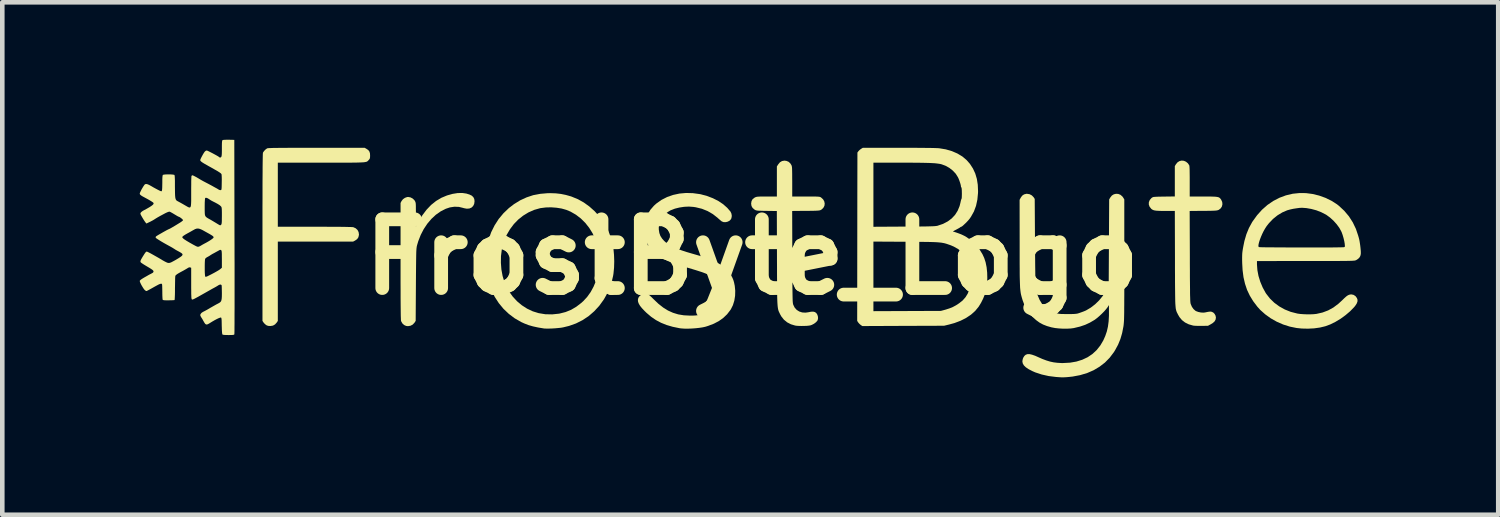
<source format=kicad_pcb>
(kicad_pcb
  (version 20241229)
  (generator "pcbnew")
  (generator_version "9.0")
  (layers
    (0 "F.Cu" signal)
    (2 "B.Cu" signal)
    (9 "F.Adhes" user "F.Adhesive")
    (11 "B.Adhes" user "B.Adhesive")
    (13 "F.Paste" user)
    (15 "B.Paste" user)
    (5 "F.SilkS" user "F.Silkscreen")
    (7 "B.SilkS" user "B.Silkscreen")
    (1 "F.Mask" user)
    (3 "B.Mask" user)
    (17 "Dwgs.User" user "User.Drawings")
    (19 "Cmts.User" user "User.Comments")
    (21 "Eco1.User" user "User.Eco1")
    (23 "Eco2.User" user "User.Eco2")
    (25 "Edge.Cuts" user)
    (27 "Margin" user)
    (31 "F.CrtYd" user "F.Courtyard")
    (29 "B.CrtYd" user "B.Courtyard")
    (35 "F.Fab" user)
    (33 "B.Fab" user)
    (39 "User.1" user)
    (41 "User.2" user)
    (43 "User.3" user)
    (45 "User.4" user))
  (footprint "FrostByte_Logo"
    (layer "F.Cu")
    (at 13.365 2.559)
    (property "Reference" "FrostByte_Logo" (at 0 0 0) (layer "F.SilkS") (effects (font (size 1.5 1.5) (thickness 0.3))))
    (attr board_only exclude_from_pos_files exclude_from_bom)
    (fp_poly (pts (xy -6.236 -1.384) (xy -6.168 -1.363) (xy -6.117 -1.338) (xy -6.083 -1.305) (xy -6.063 -1.265) (xy -6.057 -1.216) (xy -6.065 -1.158) (xy -6.088 -1.112) (xy -6.123 -1.078) (xy -6.17 -1.058) (xy -6.226 -1.054) (xy -6.289 -1.065) (xy -6.303 -1.07) (xy -6.398 -1.093) (xy -6.496 -1.097) (xy -6.595 -1.082) (xy -6.685 -1.052) (xy -6.797 -0.995) (xy -6.902 -0.921) (xy -6.999 -0.831) (xy -7.088 -0.726) (xy -7.166 -0.609) (xy -7.232 -0.481) (xy -7.286 -0.343) (xy -7.31 -0.262) (xy -7.314 -0.247) (xy -7.318 -0.232) (xy -7.32 -0.215) (xy -7.323 -0.196) (xy -7.325 -0.173) (xy -7.327 -0.144) (xy -7.329 -0.108) (xy -7.33 -0.063) (xy -7.331 -0.009) (xy -7.332 0.056) (xy -7.333 0.135) (xy -7.334 0.227) (xy -7.335 0.334) (xy -7.336 0.459) (xy -7.337 0.602) (xy -7.337 0.606) (xy -7.342 1.395) (xy -7.368 1.435) (xy -7.407 1.476) (xy -7.455 1.501) (xy -7.511 1.51) (xy -7.551 1.505) (xy -7.593 1.486) (xy -7.63 1.453) (xy -7.656 1.409) (xy -7.662 1.391) (xy -7.664 1.376) (xy -7.665 1.341) (xy -7.667 1.288) (xy -7.668 1.217) (xy -7.669 1.126) (xy -7.67 1.016) (xy -7.671 0.888) (xy -7.671 0.74) (xy -7.672 0.573) (xy -7.672 0.386) (xy -7.672 0.18) (xy -7.672 0.088) (xy -7.672 -1.179) (xy -7.65 -1.222) (xy -7.619 -1.261) (xy -7.576 -1.291) (xy -7.528 -1.308) (xy -7.506 -1.31) (xy -7.456 -1.301) (xy -7.408 -1.276) (xy -7.37 -1.24) (xy -7.362 -1.227) (xy -7.354 -1.214) (xy -7.349 -1.201) (xy -7.344 -1.187) (xy -7.341 -1.168) (xy -7.339 -1.142) (xy -7.338 -1.105) (xy -7.338 -1.057) (xy -7.337 -0.994) (xy -7.337 -0.925) (xy -7.337 -0.665) (xy -7.281 -0.77) (xy -7.197 -0.909) (xy -7.105 -1.031) (xy -7.005 -1.136) (xy -6.896 -1.223) (xy -6.78 -1.292) (xy -6.658 -1.343) (xy -6.537 -1.377) (xy -6.426 -1.395) (xy -6.324 -1.397)) (stroke (width 0) (type solid)) (fill yes) (layer "F.SilkS"))
    (fp_poly (pts (xy -9.507 -2.383) (xy -8.455 -2.383) (xy -8.417 -2.361) (xy -8.377 -2.334) (xy -8.353 -2.303) (xy -8.34 -2.264) (xy -8.337 -2.216) (xy -8.338 -2.179) (xy -8.342 -2.154) (xy -8.35 -2.136) (xy -8.366 -2.118) (xy -8.367 -2.117) (xy -8.375 -2.108) (xy -8.383 -2.099) (xy -8.391 -2.092) (xy -8.4 -2.085) (xy -8.412 -2.079) (xy -8.428 -2.075) (xy -8.448 -2.071) (xy -8.475 -2.067) (xy -8.509 -2.065) (xy -8.551 -2.063) (xy -8.603 -2.061) (xy -8.666 -2.06) (xy -8.741 -2.059) (xy -8.83 -2.059) (xy -8.932 -2.058) (xy -9.051 -2.058) (xy -9.186 -2.058) (xy -9.34 -2.058) (xy -9.4 -2.058) (xy -10.351 -2.058) (xy -10.351 -1.359) (xy -10.351 -0.66) (xy -9.546 -0.66) (xy -9.378 -0.66) (xy -9.229 -0.659) (xy -9.099 -0.659) (xy -8.988 -0.658) (xy -8.895 -0.657) (xy -8.821 -0.655) (xy -8.764 -0.654) (xy -8.725 -0.652) (xy -8.704 -0.65) (xy -8.701 -0.649) (xy -8.651 -0.626) (xy -8.612 -0.59) (xy -8.588 -0.544) (xy -8.58 -0.491) (xy -8.581 -0.48) (xy -8.592 -0.431) (xy -8.617 -0.393) (xy -8.659 -0.362) (xy -8.667 -0.357) (xy -8.709 -0.335) (xy -9.53 -0.335) (xy -10.351 -0.335) (xy -10.351 0.53) (xy -10.351 1.396) (xy -10.373 1.429) (xy -10.412 1.472) (xy -10.457 1.498) (xy -10.512 1.507) (xy -10.518 1.507) (xy -10.561 1.504) (xy -10.593 1.493) (xy -10.608 1.484) (xy -10.637 1.46) (xy -10.662 1.431) (xy -10.664 1.429) (xy -10.686 1.396) (xy -10.686 -0.431) (xy -10.686 -0.672) (xy -10.686 -0.894) (xy -10.686 -1.098) (xy -10.685 -1.283) (xy -10.685 -1.451) (xy -10.685 -1.601) (xy -10.684 -1.735) (xy -10.683 -1.853) (xy -10.683 -1.956) (xy -10.682 -2.043) (xy -10.681 -2.116) (xy -10.68 -2.174) (xy -10.679 -2.219) (xy -10.678 -2.251) (xy -10.676 -2.271) (xy -10.675 -2.278) (xy -10.652 -2.312) (xy -10.62 -2.345) (xy -10.587 -2.369) (xy -10.585 -2.37) (xy -10.579 -2.372) (xy -10.567 -2.374) (xy -10.549 -2.376) (xy -10.524 -2.377) (xy -10.49 -2.378) (xy -10.447 -2.38) (xy -10.394 -2.38) (xy -10.329 -2.381) (xy -10.252 -2.382) (xy -10.161 -2.382) (xy -10.056 -2.383) (xy -9.935 -2.383) (xy -9.797 -2.383) (xy -9.641 -2.383)) (stroke (width 0) (type solid)) (fill yes) (layer "F.SilkS"))
    (fp_poly (pts (xy 9.426 -2.099) (xy 9.472 -2.079) (xy 9.513 -2.045) (xy 9.542 -2.002) (xy 9.546 -1.986) (xy 9.549 -1.952) (xy 9.551 -1.9) (xy 9.552 -1.83) (xy 9.553 -1.74) (xy 9.553 -1.65) (xy 9.553 -1.32) (xy 9.849 -1.32) (xy 9.941 -1.32) (xy 10.015 -1.319) (xy 10.074 -1.317) (xy 10.119 -1.315) (xy 10.154 -1.31) (xy 10.18 -1.304) (xy 10.199 -1.295) (xy 10.214 -1.283) (xy 10.227 -1.268) (xy 10.239 -1.251) (xy 10.262 -1.201) (xy 10.267 -1.151) (xy 10.256 -1.103) (xy 10.229 -1.061) (xy 10.189 -1.03) (xy 10.176 -1.024) (xy 10.163 -1.02) (xy 10.146 -1.016) (xy 10.124 -1.013) (xy 10.093 -1.011) (xy 10.052 -1.009) (xy 9.998 -1.008) (xy 9.929 -1.007) (xy 9.851 -1.007) (xy 9.552 -1.004) (xy 9.556 -0.012) (xy 9.556 0.151) (xy 9.557 0.296) (xy 9.557 0.423) (xy 9.558 0.534) (xy 9.559 0.629) (xy 9.56 0.712) (xy 9.56 0.781) (xy 9.561 0.839) (xy 9.563 0.887) (xy 9.564 0.926) (xy 9.565 0.956) (xy 9.567 0.98) (xy 9.569 0.999) (xy 9.571 1.013) (xy 9.574 1.024) (xy 9.576 1.03) (xy 9.601 1.088) (xy 9.636 1.137) (xy 9.675 1.172) (xy 9.689 1.181) (xy 9.74 1.2) (xy 9.798 1.212) (xy 9.854 1.215) (xy 9.888 1.211) (xy 9.936 1.201) (xy 9.97 1.195) (xy 9.994 1.193) (xy 10.013 1.193) (xy 10.031 1.196) (xy 10.066 1.212) (xy 10.096 1.242) (xy 10.117 1.281) (xy 10.125 1.324) (xy 10.125 1.325) (xy 10.117 1.369) (xy 10.095 1.407) (xy 10.055 1.443) (xy 10.016 1.467) (xy 9.952 1.502) (xy 9.809 1.504) (xy 9.755 1.504) (xy 9.704 1.503) (xy 9.661 1.501) (xy 9.632 1.498) (xy 9.627 1.497) (xy 9.532 1.47) (xy 9.451 1.43) (xy 9.384 1.378) (xy 9.329 1.312) (xy 9.296 1.255) (xy 9.287 1.236) (xy 9.278 1.219) (xy 9.27 1.203) (xy 9.264 1.186) (xy 9.258 1.168) (xy 9.253 1.148) (xy 9.248 1.124) (xy 9.245 1.094) (xy 9.242 1.059) (xy 9.239 1.016) (xy 9.237 0.965) (xy 9.236 0.904) (xy 9.235 0.831) (xy 9.234 0.747) (xy 9.233 0.65) (xy 9.232 0.537) (xy 9.232 0.41) (xy 9.231 0.265) (xy 9.231 0.102) (xy 9.231 0.042) (xy 9.228 -1.005) (xy 9.024 -1.005) (xy 8.942 -1.005) (xy 8.878 -1.007) (xy 8.828 -1.01) (xy 8.789 -1.015) (xy 8.76 -1.023) (xy 8.737 -1.034) (xy 8.718 -1.047) (xy 8.713 -1.052) (xy 8.677 -1.097) (xy 8.66 -1.145) (xy 8.661 -1.194) (xy 8.68 -1.242) (xy 8.717 -1.285) (xy 8.73 -1.295) (xy 8.74 -1.301) (xy 8.751 -1.306) (xy 8.767 -1.31) (xy 8.79 -1.312) (xy 8.823 -1.314) (xy 8.868 -1.316) (xy 8.927 -1.317) (xy 8.993 -1.318) (xy 9.228 -1.321) (xy 9.228 -1.652) (xy 9.228 -1.983) (xy 9.253 -2.025) (xy 9.288 -2.067) (xy 9.33 -2.093) (xy 9.377 -2.104)) (stroke (width 0) (type solid)) (fill yes) (layer "F.SilkS"))
    (fp_poly (pts (xy -4.284 -1.389) (xy -4.172 -1.376) (xy -4.064 -1.354) (xy -3.951 -1.322) (xy -3.935 -1.316) (xy -3.801 -1.261) (xy -3.672 -1.189) (xy -3.549 -1.1) (xy -3.435 -0.998) (xy -3.331 -0.884) (xy -3.24 -0.76) (xy -3.164 -0.627) (xy -3.155 -0.609) (xy -3.136 -0.567) (xy -3.115 -0.514) (xy -3.094 -0.456) (xy -3.074 -0.398) (xy -3.058 -0.347) (xy -3.049 -0.312) (xy -3.026 -0.186) (xy -3.013 -0.048) (xy -3.008 0.094) (xy -3.012 0.234) (xy -3.025 0.366) (xy -3.033 0.413) (xy -3.056 0.512) (xy -3.09 0.618) (xy -3.132 0.726) (xy -3.179 0.828) (xy -3.23 0.919) (xy -3.237 0.93) (xy -3.335 1.066) (xy -3.446 1.186) (xy -3.567 1.291) (xy -3.7 1.379) (xy -3.843 1.451) (xy -3.995 1.505) (xy -4.126 1.537) (xy -4.174 1.545) (xy -4.233 1.551) (xy -4.298 1.557) (xy -4.366 1.561) (xy -4.431 1.563) (xy -4.487 1.563) (xy -4.531 1.562) (xy -4.545 1.56) (xy -4.671 1.539) (xy -4.781 1.515) (xy -4.879 1.487) (xy -4.969 1.452) (xy -5.037 1.421) (xy -5.18 1.339) (xy -5.309 1.242) (xy -5.426 1.131) (xy -5.528 1.007) (xy -5.617 0.87) (xy -5.69 0.721) (xy -5.749 0.561) (xy -5.791 0.39) (xy -5.793 0.384) (xy -5.804 0.304) (xy -5.812 0.21) (xy -5.814 0.128) (xy -5.482 0.128) (xy -5.471 0.273) (xy -5.445 0.414) (xy -5.405 0.547) (xy -5.375 0.621) (xy -5.307 0.748) (xy -5.225 0.863) (xy -5.13 0.966) (xy -5.025 1.054) (xy -4.91 1.128) (xy -4.787 1.186) (xy -4.658 1.226) (xy -4.524 1.248) (xy -4.511 1.25) (xy -4.362 1.253) (xy -4.217 1.238) (xy -4.196 1.234) (xy -4.07 1.202) (xy -3.951 1.154) (xy -3.837 1.087) (xy -3.726 1.002) (xy -3.683 0.963) (xy -3.599 0.872) (xy -3.523 0.766) (xy -3.459 0.648) (xy -3.407 0.522) (xy -3.37 0.391) (xy -3.367 0.379) (xy -3.349 0.266) (xy -3.341 0.142) (xy -3.343 0.013) (xy -3.353 -0.113) (xy -3.373 -0.23) (xy -3.379 -0.255) (xy -3.422 -0.389) (xy -3.481 -0.517) (xy -3.554 -0.635) (xy -3.64 -0.744) (xy -3.737 -0.84) (xy -3.844 -0.922) (xy -3.96 -0.989) (xy -4.053 -1.028) (xy -4.155 -1.057) (xy -4.268 -1.075) (xy -4.386 -1.084) (xy -4.502 -1.081) (xy -4.611 -1.067) (xy -4.624 -1.065) (xy -4.755 -1.028) (xy -4.88 -0.973) (xy -4.996 -0.902) (xy -5.103 -0.817) (xy -5.199 -0.718) (xy -5.283 -0.606) (xy -5.354 -0.485) (xy -5.411 -0.353) (xy -5.451 -0.214) (xy -5.462 -0.163) (xy -5.48 -0.019) (xy -5.482 0.128) (xy -5.814 0.128) (xy -5.814 0.109) (xy -5.813 0.006) (xy -5.807 -0.093) (xy -5.797 -0.181) (xy -5.792 -0.209) (xy -5.751 -0.38) (xy -5.694 -0.54) (xy -5.62 -0.689) (xy -5.531 -0.828) (xy -5.426 -0.954) (xy -5.307 -1.068) (xy -5.195 -1.154) (xy -5.06 -1.237) (xy -4.921 -1.301) (xy -4.777 -1.349) (xy -4.624 -1.378) (xy -4.463 -1.392) (xy -4.407 -1.393)) (stroke (width 0) (type solid)) (fill yes) (layer "F.SilkS"))
    (fp_poly (pts (xy 0.751 -2.097) (xy 0.799 -2.077) (xy 0.836 -2.042) (xy 0.858 -2.007) (xy 0.863 -1.996) (xy 0.867 -1.983) (xy 0.87 -1.966) (xy 0.873 -1.943) (xy 0.874 -1.911) (xy 0.875 -1.869) (xy 0.876 -1.814) (xy 0.876 -1.744) (xy 0.877 -1.656) (xy 0.877 -1.645) (xy 0.877 -1.32) (xy 1.175 -1.32) (xy 1.26 -1.32) (xy 1.327 -1.319) (xy 1.379 -1.319) (xy 1.419 -1.318) (xy 1.447 -1.316) (xy 1.468 -1.314) (xy 1.483 -1.31) (xy 1.494 -1.306) (xy 1.504 -1.3) (xy 1.508 -1.297) (xy 1.55 -1.259) (xy 1.576 -1.214) (xy 1.586 -1.166) (xy 1.58 -1.118) (xy 1.557 -1.074) (xy 1.519 -1.037) (xy 1.507 -1.03) (xy 1.496 -1.024) (xy 1.484 -1.019) (xy 1.468 -1.016) (xy 1.446 -1.013) (xy 1.416 -1.011) (xy 1.375 -1.009) (xy 1.321 -1.008) (xy 1.251 -1.007) (xy 1.174 -1.007) (xy 0.876 -1.004) (xy 0.879 -0.007) (xy 0.879 0.156) (xy 0.88 0.3) (xy 0.88 0.427) (xy 0.881 0.538) (xy 0.881 0.633) (xy 0.882 0.715) (xy 0.883 0.785) (xy 0.884 0.843) (xy 0.885 0.891) (xy 0.886 0.93) (xy 0.887 0.961) (xy 0.889 0.985) (xy 0.891 1.004) (xy 0.893 1.019) (xy 0.896 1.031) (xy 0.899 1.04) (xy 0.899 1.042) (xy 0.93 1.105) (xy 0.975 1.155) (xy 1.03 1.19) (xy 1.095 1.211) (xy 1.167 1.215) (xy 1.226 1.207) (xy 1.288 1.195) (xy 1.335 1.193) (xy 1.371 1.202) (xy 1.399 1.221) (xy 1.42 1.249) (xy 1.436 1.29) (xy 1.441 1.335) (xy 1.433 1.376) (xy 1.424 1.393) (xy 1.395 1.425) (xy 1.353 1.457) (xy 1.305 1.482) (xy 1.277 1.492) (xy 1.245 1.498) (xy 1.198 1.503) (xy 1.143 1.505) (xy 1.084 1.506) (xy 1.027 1.505) (xy 0.977 1.502) (xy 0.941 1.497) (xy 0.848 1.469) (xy 0.765 1.426) (xy 0.695 1.368) (xy 0.638 1.296) (xy 0.612 1.249) (xy 0.602 1.228) (xy 0.593 1.209) (xy 0.585 1.192) (xy 0.578 1.174) (xy 0.572 1.154) (xy 0.567 1.132) (xy 0.563 1.106) (xy 0.559 1.075) (xy 0.556 1.037) (xy 0.553 0.992) (xy 0.551 0.938) (xy 0.549 0.875) (xy 0.548 0.8) (xy 0.547 0.712) (xy 0.546 0.612) (xy 0.546 0.496) (xy 0.545 0.365) (xy 0.545 0.216) (xy 0.544 0.049) (xy 0.544 0.028) (xy 0.541 -1.003) (xy 0.317 -1.006) (xy 0.245 -1.007) (xy 0.19 -1.009) (xy 0.148 -1.01) (xy 0.118 -1.012) (xy 0.097 -1.016) (xy 0.081 -1.02) (xy 0.068 -1.026) (xy 0.056 -1.033) (xy 0.013 -1.069) (xy -0.012 -1.112) (xy -0.02 -1.166) (xy -0.02 -1.166) (xy -0.011 -1.22) (xy 0.013 -1.263) (xy 0.055 -1.295) (xy 0.063 -1.299) (xy 0.078 -1.306) (xy 0.094 -1.311) (xy 0.114 -1.315) (xy 0.141 -1.317) (xy 0.178 -1.319) (xy 0.227 -1.319) (xy 0.292 -1.32) (xy 0.323 -1.32) (xy 0.542 -1.32) (xy 0.542 -1.648) (xy 0.542 -1.976) (xy 0.571 -2.021) (xy 0.609 -2.067) (xy 0.655 -2.094) (xy 0.707 -2.103)) (stroke (width 0) (type solid)) (fill yes) (layer "F.SilkS"))
    (fp_poly (pts (xy -1.291 -1.393) (xy -1.138 -1.372) (xy -1.118 -1.368) (xy -0.982 -1.331) (xy -0.854 -1.282) (xy -0.736 -1.222) (xy -0.631 -1.152) (xy -0.541 -1.072) (xy -0.471 -0.991) (xy -0.45 -0.946) (xy -0.442 -0.896) (xy -0.45 -0.848) (xy -0.46 -0.825) (xy -0.489 -0.793) (xy -0.53 -0.771) (xy -0.575 -0.76) (xy -0.621 -0.761) (xy -0.66 -0.776) (xy -0.666 -0.78) (xy -0.687 -0.797) (xy -0.717 -0.823) (xy -0.749 -0.851) (xy -0.751 -0.854) (xy -0.856 -0.936) (xy -0.97 -1.002) (xy -1.094 -1.052) (xy -1.229 -1.085) (xy -1.283 -1.093) (xy -1.379 -1.1) (xy -1.482 -1.095) (xy -1.586 -1.079) (xy -1.684 -1.055) (xy -1.771 -1.021) (xy -1.779 -1.018) (xy -1.839 -0.982) (xy -1.897 -0.936) (xy -1.948 -0.884) (xy -1.983 -0.835) (xy -2.008 -0.779) (xy -2.026 -0.713) (xy -2.036 -0.645) (xy -2.035 -0.595) (xy -2.023 -0.522) (xy -2.001 -0.46) (xy -1.964 -0.402) (xy -1.917 -0.349) (xy -1.874 -0.311) (xy -1.825 -0.275) (xy -1.769 -0.241) (xy -1.702 -0.208) (xy -1.625 -0.176) (xy -1.534 -0.143) (xy -1.427 -0.108) (xy -1.304 -0.072) (xy -1.259 -0.059) (xy -1.141 -0.025) (xy -1.039 0.007) (xy -0.951 0.037) (xy -0.875 0.068) (xy -0.807 0.099) (xy -0.745 0.132) (xy -0.686 0.168) (xy -0.667 0.18) (xy -0.59 0.239) (xy -0.528 0.299) (xy -0.477 0.367) (xy -0.456 0.402) (xy -0.428 0.455) (xy -0.408 0.504) (xy -0.393 0.555) (xy -0.38 0.618) (xy -0.378 0.625) (xy -0.367 0.737) (xy -0.37 0.847) (xy -0.387 0.954) (xy -0.418 1.053) (xy -0.462 1.141) (xy -0.474 1.159) (xy -0.545 1.251) (xy -0.628 1.33) (xy -0.723 1.398) (xy -0.833 1.456) (xy -0.958 1.504) (xy -1.019 1.523) (xy -1.079 1.536) (xy -1.152 1.547) (xy -1.234 1.556) (xy -1.32 1.562) (xy -1.404 1.565) (xy -1.483 1.564) (xy -1.55 1.559) (xy -1.581 1.555) (xy -1.731 1.524) (xy -1.865 1.485) (xy -1.987 1.436) (xy -2.098 1.377) (xy -2.203 1.305) (xy -2.303 1.22) (xy -2.347 1.177) (xy -2.403 1.118) (xy -2.444 1.067) (xy -2.471 1.022) (xy -2.487 0.981) (xy -2.492 0.94) (xy -2.492 0.939) (xy -2.483 0.895) (xy -2.458 0.857) (xy -2.422 0.827) (xy -2.378 0.807) (xy -2.33 0.799) (xy -2.282 0.807) (xy -2.278 0.808) (xy -2.261 0.819) (xy -2.234 0.841) (xy -2.201 0.871) (xy -2.163 0.908) (xy -2.152 0.919) (xy -2.046 1.02) (xy -1.941 1.103) (xy -1.835 1.169) (xy -1.726 1.218) (xy -1.612 1.253) (xy -1.49 1.273) (xy -1.357 1.28) (xy -1.344 1.28) (xy -1.279 1.279) (xy -1.226 1.276) (xy -1.178 1.269) (xy -1.129 1.259) (xy -1.123 1.257) (xy -1.022 1.225) (xy -0.929 1.183) (xy -0.85 1.132) (xy -0.817 1.105) (xy -0.758 1.043) (xy -0.716 0.977) (xy -0.691 0.905) (xy -0.68 0.822) (xy -0.68 0.793) (xy -0.687 0.705) (xy -0.708 0.628) (xy -0.746 0.558) (xy -0.8 0.496) (xy -0.872 0.437) (xy -0.899 0.42) (xy -0.924 0.404) (xy -0.95 0.39) (xy -0.978 0.376) (xy -1.01 0.362) (xy -1.049 0.347) (xy -1.095 0.33) (xy -1.152 0.312) (xy -1.22 0.29) (xy -1.302 0.265) (xy -1.4 0.236) (xy -1.482 0.212) (xy -1.616 0.17) (xy -1.732 0.13) (xy -1.833 0.09) (xy -1.92 0.048) (xy -1.997 0.004) (xy -2.064 -0.042) (xy -2.125 -0.093) (xy -2.135 -0.103) (xy -2.209 -0.182) (xy -2.269 -0.267) (xy -2.313 -0.352) (xy -2.325 -0.384) (xy -2.334 -0.416) (xy -2.341 -0.444) (xy -2.345 -0.475) (xy -2.347 -0.512) (xy -2.348 -0.561) (xy -2.348 -0.606) (xy -2.348 -0.666) (xy -2.346 -0.711) (xy -2.343 -0.746) (xy -2.338 -0.776) (xy -2.33 -0.807) (xy -2.321 -0.832) (xy -2.278 -0.935) (xy -2.217 -1.032) (xy -2.141 -1.119) (xy -2.089 -1.166) (xy -1.978 -1.245) (xy -1.855 -1.308) (xy -1.724 -1.354) (xy -1.585 -1.384) (xy -1.44 -1.397)) (stroke (width 0) (type solid)) (fill yes) (layer "F.SilkS"))
    (fp_poly (pts (xy 3.362 -2.383) (xy 3.507 -2.383) (xy 3.637 -2.382) (xy 3.754 -2.381) (xy 3.854 -2.38) (xy 3.938 -2.379) (xy 4.005 -2.377) (xy 4.054 -2.375) (xy 4.084 -2.373) (xy 4.084 -2.373) (xy 4.229 -2.349) (xy 4.363 -2.31) (xy 4.483 -2.258) (xy 4.591 -2.193) (xy 4.684 -2.114) (xy 4.756 -2.032) (xy 4.822 -1.93) (xy 4.872 -1.822) (xy 4.907 -1.704) (xy 4.927 -1.576) (xy 4.933 -1.436) (xy 4.932 -1.397) (xy 4.918 -1.251) (xy 4.889 -1.117) (xy 4.843 -0.993) (xy 4.78 -0.88) (xy 4.75 -0.836) (xy 4.727 -0.808) (xy 4.698 -0.776) (xy 4.665 -0.742) (xy 4.632 -0.711) (xy 4.603 -0.684) (xy 4.58 -0.666) (xy 4.567 -0.66) (xy 4.552 -0.654) (xy 4.541 -0.646) (xy 4.526 -0.635) (xy 4.497 -0.619) (xy 4.462 -0.6) (xy 4.447 -0.592) (xy 4.413 -0.574) (xy 4.392 -0.56) (xy 4.386 -0.553) (xy 4.389 -0.552) (xy 4.413 -0.548) (xy 4.45 -0.536) (xy 4.496 -0.52) (xy 4.546 -0.501) (xy 4.595 -0.48) (xy 4.638 -0.459) (xy 4.667 -0.443) (xy 4.776 -0.368) (xy 4.874 -0.277) (xy 4.96 -0.173) (xy 5.03 -0.059) (xy 5.067 0.021) (xy 5.098 0.116) (xy 5.12 0.225) (xy 5.132 0.342) (xy 5.135 0.464) (xy 5.127 0.587) (xy 5.11 0.705) (xy 5.101 0.748) (xy 5.077 0.827) (xy 5.042 0.913) (xy 4.999 0.999) (xy 4.95 1.079) (xy 4.943 1.089) (xy 4.87 1.178) (xy 4.779 1.259) (xy 4.673 1.33) (xy 4.553 1.391) (xy 4.419 1.442) (xy 4.299 1.475) (xy 4.191 1.501) (xy 3.299 1.504) (xy 2.407 1.508) (xy 2.373 1.485) (xy 2.345 1.461) (xy 2.319 1.432) (xy 2.317 1.429) (xy 2.295 1.395) (xy 2.296 0.423) (xy 2.649 0.423) (xy 2.649 1.183) (xy 3.386 1.18) (xy 4.122 1.177) (xy 4.225 1.149) (xy 4.309 1.122) (xy 4.383 1.092) (xy 4.455 1.053) (xy 4.519 1.011) (xy 4.596 0.95) (xy 4.658 0.88) (xy 4.707 0.801) (xy 4.742 0.71) (xy 4.765 0.607) (xy 4.776 0.49) (xy 4.777 0.427) (xy 4.774 0.329) (xy 4.765 0.245) (xy 4.748 0.17) (xy 4.723 0.099) (xy 4.706 0.059) (xy 4.654 -0.027) (xy 4.585 -0.104) (xy 4.501 -0.171) (xy 4.403 -0.227) (xy 4.321 -0.261) (xy 4.286 -0.273) (xy 4.255 -0.284) (xy 4.225 -0.293) (xy 4.195 -0.301) (xy 4.163 -0.307) (xy 4.128 -0.313) (xy 4.088 -0.317) (xy 4.042 -0.321) (xy 3.987 -0.324) (xy 3.923 -0.326) (xy 3.847 -0.328) (xy 3.759 -0.329) (xy 3.656 -0.33) (xy 3.537 -0.331) (xy 3.4 -0.332) (xy 3.351 -0.332) (xy 2.649 -0.336) (xy 2.649 0.423) (xy 2.296 0.423) (xy 2.297 -0.443) (xy 2.298 -1.359) (xy 2.649 -1.359) (xy 2.649 -0.659) (xy 3.322 -0.663) (xy 3.457 -0.664) (xy 3.573 -0.664) (xy 3.673 -0.665) (xy 3.758 -0.666) (xy 3.828 -0.667) (xy 3.886 -0.669) (xy 3.933 -0.67) (xy 3.971 -0.672) (xy 4 -0.674) (xy 4.022 -0.677) (xy 4.039 -0.679) (xy 4.05 -0.682) (xy 4.168 -0.722) (xy 4.271 -0.776) (xy 4.358 -0.841) (xy 4.431 -0.919) (xy 4.488 -1.009) (xy 4.53 -1.111) (xy 4.548 -1.182) (xy 4.556 -1.22) (xy 4.564 -1.25) (xy 4.571 -1.267) (xy 4.572 -1.269) (xy 4.576 -1.28) (xy 4.578 -1.305) (xy 4.579 -1.341) (xy 4.58 -1.382) (xy 4.579 -1.424) (xy 4.578 -1.463) (xy 4.575 -1.495) (xy 4.572 -1.513) (xy 4.57 -1.517) (xy 4.562 -1.525) (xy 4.56 -1.534) (xy 4.556 -1.567) (xy 4.544 -1.611) (xy 4.527 -1.662) (xy 4.507 -1.713) (xy 4.493 -1.742) (xy 4.446 -1.817) (xy 4.382 -1.885) (xy 4.307 -1.944) (xy 4.223 -1.991) (xy 4.134 -2.024) (xy 4.132 -2.024) (xy 4.103 -2.031) (xy 4.07 -2.036) (xy 4.032 -2.041) (xy 3.986 -2.046) (xy 3.932 -2.049) (xy 3.867 -2.052) (xy 3.791 -2.054) (xy 3.702 -2.056) (xy 3.599 -2.057) (xy 3.479 -2.058) (xy 3.343 -2.058) (xy 3.248 -2.058) (xy 2.649 -2.058) (xy 2.649 -1.359) (xy 2.298 -1.359) (xy 2.3 -2.28) (xy 2.323 -2.31) (xy 2.347 -2.335) (xy 2.377 -2.358) (xy 2.382 -2.361) (xy 2.418 -2.383) (xy 3.204 -2.383)) (stroke (width 0) (type solid)) (fill yes) (layer "F.SilkS"))
    (fp_poly (pts (xy 7.994 -1.376) (xy 8.041 -1.357) (xy 8.081 -1.323) (xy 8.096 -1.304) (xy 8.125 -1.257) (xy 8.125 0.068) (xy 8.125 0.257) (xy 8.125 0.428) (xy 8.125 0.58) (xy 8.125 0.717) (xy 8.125 0.838) (xy 8.124 0.944) (xy 8.124 1.038) (xy 8.123 1.119) (xy 8.123 1.189) (xy 8.122 1.249) (xy 8.121 1.3) (xy 8.12 1.343) (xy 8.119 1.38) (xy 8.117 1.41) (xy 8.115 1.436) (xy 8.113 1.459) (xy 8.111 1.479) (xy 8.109 1.497) (xy 8.106 1.516) (xy 8.106 1.517) (xy 8.078 1.661) (xy 8.04 1.791) (xy 7.99 1.913) (xy 7.927 2.03) (xy 7.896 2.08) (xy 7.806 2.199) (xy 7.702 2.305) (xy 7.585 2.395) (xy 7.456 2.472) (xy 7.315 2.533) (xy 7.162 2.579) (xy 6.998 2.61) (xy 6.906 2.62) (xy 6.859 2.624) (xy 6.823 2.626) (xy 6.794 2.627) (xy 6.765 2.627) (xy 6.732 2.626) (xy 6.69 2.623) (xy 6.634 2.619) (xy 6.633 2.619) (xy 6.474 2.599) (xy 6.322 2.565) (xy 6.182 2.519) (xy 6.118 2.491) (xy 6.037 2.449) (xy 5.976 2.408) (xy 5.933 2.366) (xy 5.908 2.322) (xy 5.9 2.276) (xy 5.909 2.227) (xy 5.92 2.198) (xy 5.944 2.16) (xy 5.974 2.134) (xy 6.011 2.121) (xy 6.056 2.12) (xy 6.112 2.133) (xy 6.181 2.157) (xy 6.234 2.181) (xy 6.334 2.225) (xy 6.422 2.258) (xy 6.504 2.283) (xy 6.583 2.3) (xy 6.664 2.31) (xy 6.751 2.315) (xy 6.791 2.315) (xy 6.941 2.307) (xy 7.08 2.283) (xy 7.208 2.243) (xy 7.325 2.188) (xy 7.429 2.118) (xy 7.522 2.032) (xy 7.602 1.931) (xy 7.667 1.821) (xy 7.71 1.724) (xy 7.744 1.625) (xy 7.768 1.52) (xy 7.783 1.407) (xy 7.79 1.281) (xy 7.79 1.217) (xy 7.79 1.05) (xy 7.759 1.099) (xy 7.729 1.138) (xy 7.688 1.185) (xy 7.639 1.235) (xy 7.586 1.285) (xy 7.535 1.329) (xy 7.488 1.365) (xy 7.475 1.374) (xy 7.374 1.433) (xy 7.271 1.481) (xy 7.159 1.519) (xy 7.034 1.549) (xy 7.022 1.552) (xy 6.955 1.561) (xy 6.875 1.565) (xy 6.787 1.565) (xy 6.699 1.56) (xy 6.615 1.551) (xy 6.543 1.537) (xy 6.54 1.537) (xy 6.438 1.508) (xy 6.351 1.474) (xy 6.274 1.432) (xy 6.2 1.378) (xy 6.126 1.311) (xy 6.12 1.305) (xy 6.051 1.228) (xy 5.994 1.145) (xy 5.946 1.052) (xy 5.906 0.945) (xy 5.889 0.888) (xy 5.881 0.859) (xy 5.874 0.832) (xy 5.868 0.806) (xy 5.863 0.777) (xy 5.859 0.747) (xy 5.855 0.712) (xy 5.851 0.673) (xy 5.849 0.626) (xy 5.847 0.573) (xy 5.845 0.51) (xy 5.843 0.436) (xy 5.842 0.351) (xy 5.842 0.253) (xy 5.841 0.14) (xy 5.841 0.012) (xy 5.841 -0.133) (xy 5.841 -0.296) (xy 5.841 -0.311) (xy 5.84 -1.247) (xy 5.862 -1.29) (xy 5.895 -1.337) (xy 5.937 -1.366) (xy 5.989 -1.379) (xy 6 -1.379) (xy 6.058 -1.37) (xy 6.107 -1.344) (xy 6.146 -1.304) (xy 6.17 -1.267) (xy 6.176 -0.311) (xy 6.177 -0.128) (xy 6.179 0.037) (xy 6.18 0.185) (xy 6.182 0.314) (xy 6.183 0.425) (xy 6.185 0.518) (xy 6.187 0.592) (xy 6.189 0.646) (xy 6.191 0.682) (xy 6.193 0.696) (xy 6.201 0.73) (xy 6.214 0.774) (xy 6.229 0.82) (xy 6.232 0.832) (xy 6.276 0.935) (xy 6.328 1.022) (xy 6.393 1.094) (xy 6.47 1.152) (xy 6.561 1.199) (xy 6.628 1.223) (xy 6.656 1.231) (xy 6.683 1.237) (xy 6.711 1.241) (xy 6.745 1.244) (xy 6.789 1.245) (xy 6.846 1.246) (xy 6.889 1.246) (xy 6.955 1.246) (xy 7.005 1.245) (xy 7.044 1.243) (xy 7.074 1.24) (xy 7.1 1.236) (xy 7.125 1.229) (xy 7.155 1.219) (xy 7.16 1.217) (xy 7.205 1.201) (xy 7.25 1.184) (xy 7.287 1.168) (xy 7.293 1.165) (xy 7.394 1.105) (xy 7.49 1.031) (xy 7.576 0.947) (xy 7.651 0.855) (xy 7.712 0.758) (xy 7.756 0.66) (xy 7.757 0.658) (xy 7.785 0.576) (xy 7.79 -0.34) (xy 7.795 -1.256) (xy 7.82 -1.299) (xy 7.854 -1.341) (xy 7.897 -1.368) (xy 7.945 -1.379)) (stroke (width 0) (type solid)) (fill yes) (layer "F.SilkS"))
    (fp_poly (pts (xy 12.089 -1.394) (xy 12.235 -1.375) (xy 12.378 -1.34) (xy 12.517 -1.29) (xy 12.648 -1.226) (xy 12.767 -1.15) (xy 12.811 -1.115) (xy 12.927 -1.007) (xy 13.028 -0.887) (xy 13.112 -0.756) (xy 13.18 -0.614) (xy 13.23 -0.466) (xy 13.244 -0.417) (xy 13.254 -0.377) (xy 13.261 -0.34) (xy 13.267 -0.302) (xy 13.274 -0.255) (xy 13.281 -0.195) (xy 13.281 -0.194) (xy 13.287 -0.129) (xy 13.288 -0.08) (xy 13.283 -0.042) (xy 13.272 -0.012) (xy 13.255 0.015) (xy 13.247 0.023) (xy 13.221 0.046) (xy 13.189 0.067) (xy 13.183 0.07) (xy 13.176 0.073) (xy 13.167 0.075) (xy 13.156 0.078) (xy 13.142 0.08) (xy 13.123 0.081) (xy 13.097 0.083) (xy 13.065 0.084) (xy 13.024 0.085) (xy 12.974 0.086) (xy 12.914 0.087) (xy 12.842 0.087) (xy 12.757 0.088) (xy 12.658 0.088) (xy 12.544 0.088) (xy 12.414 0.088) (xy 12.267 0.088) (xy 12.101 0.088) (xy 12.082 0.088) (xy 11.021 0.089) (xy 11.021 0.165) (xy 11.03 0.287) (xy 11.054 0.414) (xy 11.093 0.541) (xy 11.145 0.665) (xy 11.208 0.78) (xy 11.223 0.803) (xy 11.304 0.907) (xy 11.399 0.999) (xy 11.508 1.079) (xy 11.628 1.146) (xy 11.758 1.198) (xy 11.895 1.233) (xy 11.909 1.236) (xy 11.967 1.244) (xy 12.036 1.249) (xy 12.112 1.252) (xy 12.187 1.252) (xy 12.257 1.249) (xy 12.314 1.243) (xy 12.321 1.242) (xy 12.453 1.212) (xy 12.575 1.166) (xy 12.689 1.103) (xy 12.797 1.022) (xy 12.879 0.947) (xy 12.928 0.899) (xy 12.967 0.864) (xy 13 0.84) (xy 13.029 0.826) (xy 13.057 0.819) (xy 13.081 0.817) (xy 13.129 0.827) (xy 13.171 0.854) (xy 13.202 0.896) (xy 13.203 0.897) (xy 13.216 0.935) (xy 13.214 0.975) (xy 13.197 1.018) (xy 13.164 1.068) (xy 13.139 1.098) (xy 13.053 1.186) (xy 12.954 1.27) (xy 12.847 1.348) (xy 12.734 1.416) (xy 12.621 1.472) (xy 12.513 1.512) (xy 12.397 1.54) (xy 12.269 1.558) (xy 12.134 1.565) (xy 11.999 1.562) (xy 11.885 1.55) (xy 11.738 1.52) (xy 11.593 1.474) (xy 11.453 1.413) (xy 11.322 1.339) (xy 11.201 1.252) (xy 11.093 1.156) (xy 11.029 1.085) (xy 10.939 0.966) (xy 10.865 0.845) (xy 10.805 0.719) (xy 10.76 0.585) (xy 10.727 0.442) (xy 10.707 0.287) (xy 10.699 0.142) (xy 10.697 0.069) (xy 10.697 0.011) (xy 10.698 -0.037) (xy 10.7 -0.081) (xy 10.705 -0.123) (xy 10.712 -0.171) (xy 10.715 -0.188) (xy 10.726 -0.246) (xy 11.052 -0.246) (xy 11.056 -0.222) (xy 11.061 -0.216) (xy 11.073 -0.215) (xy 11.102 -0.213) (xy 11.148 -0.212) (xy 11.209 -0.211) (xy 11.282 -0.211) (xy 11.367 -0.21) (xy 11.462 -0.209) (xy 11.564 -0.209) (xy 11.673 -0.208) (xy 11.787 -0.208) (xy 11.903 -0.207) (xy 12.02 -0.207) (xy 12.138 -0.207) (xy 12.253 -0.207) (xy 12.364 -0.207) (xy 12.47 -0.208) (xy 12.568 -0.208) (xy 12.658 -0.208) (xy 12.738 -0.209) (xy 12.805 -0.21) (xy 12.858 -0.211) (xy 12.896 -0.212) (xy 12.917 -0.213) (xy 12.92 -0.213) (xy 12.932 -0.218) (xy 12.939 -0.226) (xy 12.94 -0.243) (xy 12.937 -0.274) (xy 12.937 -0.283) (xy 12.927 -0.343) (xy 12.911 -0.411) (xy 12.891 -0.48) (xy 12.869 -0.541) (xy 12.862 -0.556) (xy 12.819 -0.635) (xy 12.761 -0.714) (xy 12.692 -0.791) (xy 12.616 -0.86) (xy 12.537 -0.918) (xy 12.518 -0.929) (xy 12.424 -0.977) (xy 12.319 -1.018) (xy 12.208 -1.048) (xy 12.099 -1.067) (xy 12.004 -1.074) (xy 11.948 -1.071) (xy 11.881 -1.062) (xy 11.81 -1.051) (xy 11.743 -1.036) (xy 11.686 -1.02) (xy 11.684 -1.02) (xy 11.575 -0.973) (xy 11.469 -0.909) (xy 11.371 -0.83) (xy 11.283 -0.738) (xy 11.233 -0.675) (xy 11.2 -0.624) (xy 11.167 -0.567) (xy 11.137 -0.506) (xy 11.11 -0.444) (xy 11.087 -0.385) (xy 11.069 -0.33) (xy 11.057 -0.283) (xy 11.052 -0.246) (xy 10.726 -0.246) (xy 10.747 -0.349) (xy 10.79 -0.496) (xy 10.845 -0.631) (xy 10.913 -0.756) (xy 10.927 -0.778) (xy 11.024 -0.912) (xy 11.131 -1.031) (xy 11.249 -1.135) (xy 11.376 -1.222) (xy 11.511 -1.292) (xy 11.653 -1.345) (xy 11.801 -1.38) (xy 11.945 -1.395)) (stroke (width 0) (type solid)) (fill yes) (layer "F.SilkS"))
    (fp_poly (pts (xy -11.423 -2.559) (xy -11.301 -2.556) (xy -11.297 -0.443) (xy -11.296 -0.24) (xy -11.296 -0.043) (xy -11.295 0.149) (xy -11.295 0.333) (xy -11.295 0.51) (xy -11.295 0.678) (xy -11.295 0.836) (xy -11.295 0.984) (xy -11.295 1.12) (xy -11.296 1.244) (xy -11.296 1.355) (xy -11.296 1.451) (xy -11.297 1.532) (xy -11.297 1.597) (xy -11.298 1.645) (xy -11.299 1.675) (xy -11.299 1.687) (xy -11.299 1.687) (xy -11.305 1.694) (xy -11.316 1.699) (xy -11.335 1.702) (xy -11.367 1.703) (xy -11.415 1.704) (xy -11.429 1.704) (xy -11.485 1.703) (xy -11.525 1.701) (xy -11.549 1.697) (xy -11.561 1.691) (xy -11.561 1.691) (xy -11.565 1.676) (xy -11.569 1.643) (xy -11.572 1.594) (xy -11.574 1.53) (xy -11.575 1.501) (xy -11.576 1.438) (xy -11.577 1.392) (xy -11.579 1.36) (xy -11.582 1.34) (xy -11.585 1.328) (xy -11.591 1.323) (xy -11.595 1.321) (xy -11.613 1.325) (xy -11.645 1.337) (xy -11.685 1.356) (xy -11.732 1.381) (xy -11.782 1.41) (xy -11.814 1.43) (xy -11.858 1.457) (xy -11.89 1.472) (xy -11.914 1.474) (xy -11.934 1.462) (xy -11.954 1.434) (xy -11.977 1.394) (xy -11.996 1.359) (xy -12.015 1.329) (xy -12.027 1.311) (xy -12.043 1.279) (xy -12.04 1.249) (xy -12.018 1.222) (xy -12.013 1.218) (xy -11.988 1.201) (xy -11.967 1.19) (xy -11.963 1.188) (xy -11.949 1.181) (xy -11.921 1.166) (xy -11.883 1.145) (xy -11.84 1.12) (xy -11.831 1.114) (xy -11.783 1.087) (xy -11.736 1.06) (xy -11.695 1.037) (xy -11.666 1.022) (xy -11.664 1.021) (xy -11.632 1.004) (xy -11.609 0.988) (xy -11.592 0.969) (xy -11.582 0.944) (xy -11.576 0.91) (xy -11.573 0.864) (xy -11.572 0.803) (xy -11.572 0.787) (xy -11.573 0.733) (xy -11.574 0.685) (xy -11.575 0.647) (xy -11.577 0.623) (xy -11.578 0.616) (xy -11.592 0.603) (xy -11.616 0.603) (xy -11.646 0.616) (xy -11.65 0.619) (xy -11.672 0.633) (xy -11.704 0.652) (xy -11.74 0.672) (xy -11.77 0.688) (xy -11.813 0.712) (xy -11.864 0.741) (xy -11.919 0.772) (xy -11.956 0.793) (xy -12.029 0.834) (xy -12.087 0.867) (xy -12.132 0.891) (xy -12.165 0.909) (xy -12.189 0.92) (xy -12.205 0.927) (xy -12.216 0.929) (xy -12.223 0.928) (xy -12.228 0.925) (xy -12.229 0.925) (xy -12.232 0.918) (xy -12.235 0.905) (xy -12.238 0.882) (xy -12.239 0.849) (xy -12.241 0.803) (xy -12.241 0.743) (xy -12.242 0.667) (xy -12.242 0.575) (xy -12.242 0.239) (xy -11.946 0.239) (xy -11.946 0.293) (xy -11.945 0.343) (xy -11.942 0.385) (xy -11.939 0.413) (xy -11.937 0.424) (xy -11.932 0.43) (xy -11.924 0.433) (xy -11.911 0.43) (xy -11.889 0.422) (xy -11.857 0.406) (xy -11.811 0.383) (xy -11.788 0.371) (xy -11.737 0.344) (xy -11.689 0.317) (xy -11.648 0.293) (xy -11.619 0.274) (xy -11.611 0.268) (xy -11.572 0.235) (xy -11.572 0.05) (xy -11.573 -0.017) (xy -11.573 -0.066) (xy -11.575 -0.101) (xy -11.577 -0.124) (xy -11.581 -0.139) (xy -11.586 -0.147) (xy -11.588 -0.149) (xy -11.602 -0.156) (xy -11.618 -0.153) (xy -11.635 -0.144) (xy -11.658 -0.131) (xy -11.693 -0.112) (xy -11.731 -0.091) (xy -11.74 -0.086) (xy -11.776 -0.067) (xy -11.806 -0.049) (xy -11.825 -0.037) (xy -11.828 -0.034) (xy -11.846 -0.023) (xy -11.873 -0.007) (xy -11.885 -0.001) (xy -11.912 0.015) (xy -11.932 0.033) (xy -11.936 0.039) (xy -11.94 0.056) (xy -11.943 0.088) (xy -11.945 0.132) (xy -11.946 0.184) (xy -11.946 0.239) (xy -12.242 0.239) (xy -12.242 0.236) (xy -12.264 0.228) (xy -12.288 0.226) (xy -12.312 0.239) (xy -12.33 0.25) (xy -12.362 0.269) (xy -12.402 0.292) (xy -12.448 0.317) (xy -12.46 0.323) (xy -12.512 0.352) (xy -12.548 0.374) (xy -12.571 0.392) (xy -12.584 0.405) (xy -12.588 0.414) (xy -12.59 0.43) (xy -12.592 0.463) (xy -12.593 0.51) (xy -12.594 0.568) (xy -12.595 0.633) (xy -12.596 0.686) (xy -12.596 0.754) (xy -12.597 0.816) (xy -12.599 0.867) (xy -12.601 0.907) (xy -12.603 0.932) (xy -12.605 0.94) (xy -12.618 0.942) (xy -12.646 0.944) (xy -12.685 0.945) (xy -12.732 0.946) (xy -12.734 0.946) (xy -12.789 0.946) (xy -12.826 0.945) (xy -12.85 0.941) (xy -12.862 0.936) (xy -12.864 0.934) (xy -12.867 0.92) (xy -12.869 0.89) (xy -12.871 0.848) (xy -12.872 0.797) (xy -12.872 0.767) (xy -12.873 0.712) (xy -12.874 0.665) (xy -12.875 0.627) (xy -12.877 0.603) (xy -12.878 0.597) (xy -12.885 0.586) (xy -12.897 0.583) (xy -12.917 0.587) (xy -12.946 0.598) (xy -12.986 0.619) (xy -13.041 0.649) (xy -13.057 0.658) (xy -13.105 0.685) (xy -13.148 0.709) (xy -13.182 0.727) (xy -13.205 0.739) (xy -13.211 0.742) (xy -13.228 0.742) (xy -13.249 0.727) (xy -13.261 0.716) (xy -13.281 0.69) (xy -13.304 0.654) (xy -13.327 0.615) (xy -13.346 0.577) (xy -13.36 0.545) (xy -13.365 0.524) (xy -13.36 0.513) (xy -13.344 0.498) (xy -13.316 0.478) (xy -13.272 0.451) (xy -13.254 0.441) (xy -13.208 0.415) (xy -13.165 0.39) (xy -13.128 0.371) (xy -13.104 0.359) (xy -13.104 0.358) (xy -13.077 0.343) (xy -13.066 0.327) (xy -13.064 0.315) (xy -13.067 0.304) (xy -13.075 0.293) (xy -13.091 0.279) (xy -13.118 0.26) (xy -13.158 0.235) (xy -13.192 0.215) (xy -13.239 0.187) (xy -13.28 0.162) (xy -13.313 0.14) (xy -13.333 0.126) (xy -13.338 0.122) (xy -13.347 0.11) (xy -13.35 0.095) (xy -13.345 0.075) (xy -13.331 0.046) (xy -13.307 0.005) (xy -13.298 -0.01) (xy -13.269 -0.056) (xy -13.248 -0.088) (xy -13.232 -0.107) (xy -13.22 -0.116) (xy -13.211 -0.118) (xy -13.197 -0.113) (xy -13.168 -0.099) (xy -13.127 -0.078) (xy -13.075 -0.049) (xy -13.015 -0.015) (xy -12.948 0.023) (xy -12.877 0.065) (xy -12.877 0.066) (xy -12.824 0.096) (xy -12.784 0.116) (xy -12.754 0.128) (xy -12.727 0.131) (xy -12.702 0.126) (xy -12.674 0.115) (xy -12.661 0.108) (xy -12.625 0.089) (xy -12.58 0.064) (xy -12.535 0.037) (xy -12.518 0.027) (xy -12.471 -0.004) (xy -12.442 -0.028) (xy -12.43 -0.049) (xy -12.435 -0.067) (xy -12.457 -0.087) (xy -12.496 -0.11) (xy -12.51 -0.118) (xy -12.548 -0.138) (xy -12.58 -0.156) (xy -12.602 -0.17) (xy -12.607 -0.174) (xy -12.622 -0.183) (xy -12.649 -0.2) (xy -12.686 -0.221) (xy -12.715 -0.237) (xy -12.784 -0.275) (xy -12.848 -0.311) (xy -12.904 -0.344) (xy -12.952 -0.374) (xy -12.988 -0.397) (xy -13.011 -0.414) (xy -13.017 -0.421) (xy -13.016 -0.437) (xy -12.435 -0.437) (xy -12.435 -0.425) (xy -12.432 -0.42) (xy -12.417 -0.404) (xy -12.387 -0.381) (xy -12.34 -0.351) (xy -12.276 -0.313) (xy -12.196 -0.268) (xy -12.134 -0.235) (xy -12.107 -0.224) (xy -12.083 -0.223) (xy -12.054 -0.234) (xy -12.025 -0.251) (xy -11.996 -0.268) (xy -11.96 -0.288) (xy -11.937 -0.3) (xy -11.893 -0.324) (xy -11.849 -0.35) (xy -11.81 -0.375) (xy -11.779 -0.398) (xy -11.759 -0.415) (xy -11.755 -0.421) (xy -11.753 -0.434) (xy -11.761 -0.448) (xy -11.78 -0.464) (xy -11.813 -0.485) (xy -11.847 -0.505) (xy -11.885 -0.526) (xy -11.921 -0.546) (xy -11.947 -0.56) (xy -11.951 -0.563) (xy -12.008 -0.594) (xy -12.053 -0.613) (xy -12.09 -0.621) (xy -12.123 -0.619) (xy -12.157 -0.608) (xy -12.18 -0.595) (xy -12.209 -0.579) (xy -12.249 -0.556) (xy -12.294 -0.531) (xy -12.322 -0.516) (xy -12.371 -0.488) (xy -12.405 -0.466) (xy -12.426 -0.45) (xy -12.435 -0.437) (xy -13.016 -0.437) (xy -13.016 -0.438) (xy -13.01 -0.448) (xy -12.999 -0.456) (xy -12.974 -0.472) (xy -12.939 -0.493) (xy -12.898 -0.516) (xy -12.855 -0.541) (xy -12.812 -0.565) (xy -12.774 -0.586) (xy -12.744 -0.601) (xy -12.725 -0.61) (xy -12.722 -0.611) (xy -12.711 -0.616) (xy -12.686 -0.629) (xy -12.65 -0.65) (xy -12.604 -0.677) (xy -12.553 -0.708) (xy -12.498 -0.742) (xy -12.486 -0.749) (xy -12.455 -0.77) (xy -12.431 -0.789) (xy -12.42 -0.802) (xy -12.419 -0.804) (xy -12.427 -0.816) (xy -12.445 -0.834) (xy -12.469 -0.853) (xy -12.492 -0.869) (xy -12.508 -0.876) (xy -12.51 -0.877) (xy -12.521 -0.881) (xy -12.546 -0.894) (xy -12.579 -0.914) (xy -12.606 -0.93) (xy -12.644 -0.953) (xy -12.678 -0.972) (xy -12.702 -0.985) (xy -12.711 -0.989) (xy -12.731 -0.987) (xy -12.763 -0.976) (xy -12.804 -0.957) (xy -12.864 -0.925) (xy -12.922 -0.894) (xy -12.975 -0.864) (xy -13.018 -0.838) (xy -13.047 -0.819) (xy -13.048 -0.819) (xy -13.071 -0.804) (xy -13.105 -0.786) (xy -13.143 -0.766) (xy -13.148 -0.764) (xy -13.219 -0.73) (xy -13.241 -0.756) (xy -13.256 -0.777) (xy -13.277 -0.809) (xy -13.3 -0.847) (xy -13.31 -0.864) (xy -13.332 -0.902) (xy -13.345 -0.927) (xy -13.35 -0.944) (xy -13.349 -0.956) (xy -13.343 -0.968) (xy -13.342 -0.968) (xy -13.325 -0.986) (xy -13.298 -1.006) (xy -13.28 -1.016) (xy -13.271 -1.021) (xy -11.947 -1.021) (xy -11.946 -0.97) (xy -11.944 -0.932) (xy -11.938 -0.905) (xy -11.927 -0.884) (xy -11.91 -0.867) (xy -11.885 -0.85) (xy -11.851 -0.83) (xy -11.828 -0.818) (xy -11.782 -0.791) (xy -11.732 -0.761) (xy -11.687 -0.734) (xy -11.686 -0.733) (xy -11.653 -0.713) (xy -11.627 -0.698) (xy -11.612 -0.691) (xy -11.61 -0.69) (xy -11.598 -0.696) (xy -11.588 -0.705) (xy -11.582 -0.713) (xy -11.578 -0.728) (xy -11.575 -0.751) (xy -11.573 -0.785) (xy -11.573 -0.834) (xy -11.572 -0.899) (xy -11.572 -0.901) (xy -11.572 -0.965) (xy -11.573 -1.013) (xy -11.574 -1.047) (xy -11.577 -1.07) (xy -11.58 -1.085) (xy -11.586 -1.097) (xy -11.594 -1.106) (xy -11.594 -1.107) (xy -11.62 -1.13) (xy -11.662 -1.157) (xy -11.717 -1.187) (xy -11.769 -1.213) (xy -11.803 -1.231) (xy -11.834 -1.25) (xy -11.843 -1.257) (xy -11.881 -1.281) (xy -11.911 -1.292) (xy -11.932 -1.29) (xy -11.935 -1.288) (xy -11.94 -1.273) (xy -11.943 -1.24) (xy -11.946 -1.187) (xy -11.947 -1.115) (xy -11.947 -1.088) (xy -11.947 -1.021) (xy -13.271 -1.021) (xy -13.206 -1.056) (xy -13.149 -1.089) (xy -13.108 -1.116) (xy -13.08 -1.138) (xy -13.065 -1.156) (xy -13.062 -1.171) (xy -13.068 -1.184) (xy -13.071 -1.187) (xy -13.087 -1.199) (xy -13.116 -1.218) (xy -13.154 -1.241) (xy -13.198 -1.266) (xy -13.243 -1.29) (xy -13.254 -1.296) (xy -13.302 -1.322) (xy -13.334 -1.342) (xy -13.354 -1.359) (xy -13.363 -1.373) (xy -13.365 -1.384) (xy -13.36 -1.402) (xy -13.346 -1.432) (xy -13.328 -1.469) (xy -13.306 -1.507) (xy -13.284 -1.543) (xy -13.265 -1.571) (xy -13.252 -1.585) (xy -13.232 -1.593) (xy -13.203 -1.59) (xy -13.163 -1.574) (xy -13.112 -1.546) (xy -13.107 -1.543) (xy -13.061 -1.516) (xy -13.013 -1.49) (xy -12.968 -1.466) (xy -12.93 -1.447) (xy -12.904 -1.436) (xy -12.9 -1.435) (xy -12.891 -1.434) (xy -12.884 -1.44) (xy -12.879 -1.455) (xy -12.876 -1.481) (xy -12.874 -1.521) (xy -12.873 -1.577) (xy -12.872 -1.626) (xy -12.872 -1.693) (xy -12.87 -1.743) (xy -12.866 -1.775) (xy -12.861 -1.79) (xy -12.861 -1.791) (xy -12.845 -1.796) (xy -12.816 -1.8) (xy -12.776 -1.802) (xy -12.732 -1.803) (xy -12.688 -1.802) (xy -12.649 -1.799) (xy -12.621 -1.795) (xy -12.608 -1.791) (xy -12.604 -1.78) (xy -12.601 -1.756) (xy -12.599 -1.718) (xy -12.597 -1.664) (xy -12.597 -1.593) (xy -12.597 -1.539) (xy -12.596 -1.455) (xy -12.595 -1.388) (xy -12.593 -1.336) (xy -12.589 -1.297) (xy -12.583 -1.269) (xy -12.574 -1.248) (xy -12.562 -1.233) (xy -12.546 -1.222) (xy -12.531 -1.214) (xy -12.507 -1.201) (xy -12.472 -1.182) (xy -12.429 -1.158) (xy -12.388 -1.134) (xy -12.35 -1.112) (xy -12.319 -1.094) (xy -12.295 -1.083) (xy -12.277 -1.079) (xy -12.263 -1.084) (xy -12.253 -1.099) (xy -12.247 -1.127) (xy -12.244 -1.168) (xy -12.242 -1.223) (xy -12.242 -1.295) (xy -12.242 -1.385) (xy -12.242 -1.423) (xy -12.242 -1.502) (xy -12.241 -1.575) (xy -12.241 -1.64) (xy -12.24 -1.694) (xy -12.238 -1.735) (xy -12.237 -1.76) (xy -12.236 -1.767) (xy -12.224 -1.781) (xy -12.217 -1.783) (xy -12.199 -1.778) (xy -12.169 -1.763) (xy -12.129 -1.742) (xy -12.083 -1.715) (xy -12.05 -1.695) (xy -12.019 -1.677) (xy -11.978 -1.654) (xy -11.932 -1.63) (xy -11.907 -1.617) (xy -11.863 -1.594) (xy -11.822 -1.572) (xy -11.788 -1.554) (xy -11.774 -1.546) (xy -11.74 -1.527) (xy -11.702 -1.506) (xy -11.692 -1.501) (xy -11.664 -1.485) (xy -11.642 -1.471) (xy -11.635 -1.467) (xy -11.616 -1.46) (xy -11.6 -1.459) (xy -11.592 -1.461) (xy -11.586 -1.465) (xy -11.581 -1.475) (xy -11.579 -1.493) (xy -11.577 -1.522) (xy -11.576 -1.565) (xy -11.575 -1.625) (xy -11.575 -1.628) (xy -11.574 -1.69) (xy -11.575 -1.743) (xy -11.577 -1.782) (xy -11.58 -1.807) (xy -11.582 -1.811) (xy -11.595 -1.825) (xy -11.62 -1.844) (xy -11.653 -1.865) (xy -11.657 -1.868) (xy -11.695 -1.89) (xy -11.731 -1.91) (xy -11.758 -1.926) (xy -11.758 -1.926) (xy -11.781 -1.939) (xy -11.817 -1.959) (xy -11.859 -1.982) (xy -11.897 -2.004) (xy -11.956 -2.037) (xy -11.999 -2.064) (xy -12.027 -2.085) (xy -12.041 -2.102) (xy -12.045 -2.115) (xy -12.04 -2.13) (xy -12.028 -2.158) (xy -12.01 -2.193) (xy -11.99 -2.23) (xy -11.97 -2.264) (xy -11.952 -2.291) (xy -11.943 -2.302) (xy -11.923 -2.318) (xy -11.904 -2.324) (xy -11.889 -2.32) (xy -11.861 -2.307) (xy -11.825 -2.289) (xy -11.782 -2.267) (xy -11.739 -2.244) (xy -11.697 -2.221) (xy -11.662 -2.201) (xy -11.637 -2.185) (xy -11.626 -2.176) (xy -11.612 -2.167) (xy -11.593 -2.178) (xy -11.588 -2.182) (xy -11.582 -2.191) (xy -11.578 -2.206) (xy -11.575 -2.23) (xy -11.573 -2.265) (xy -11.572 -2.315) (xy -11.572 -2.368) (xy -11.572 -2.433) (xy -11.571 -2.482) (xy -11.569 -2.515) (xy -11.565 -2.536) (xy -11.561 -2.548) (xy -11.559 -2.55) (xy -11.541 -2.555) (xy -11.504 -2.558) (xy -11.447 -2.559)) (stroke (width 0) (type solid)) (fill yes) (layer "F.SilkS")))
  (gr_rect
    (start -3 -3)
    (end 29.652 8.186)
    (stroke (width 0.1) (type default))
    (fill no)
    (layer "Edge.Cuts")))
</source>
